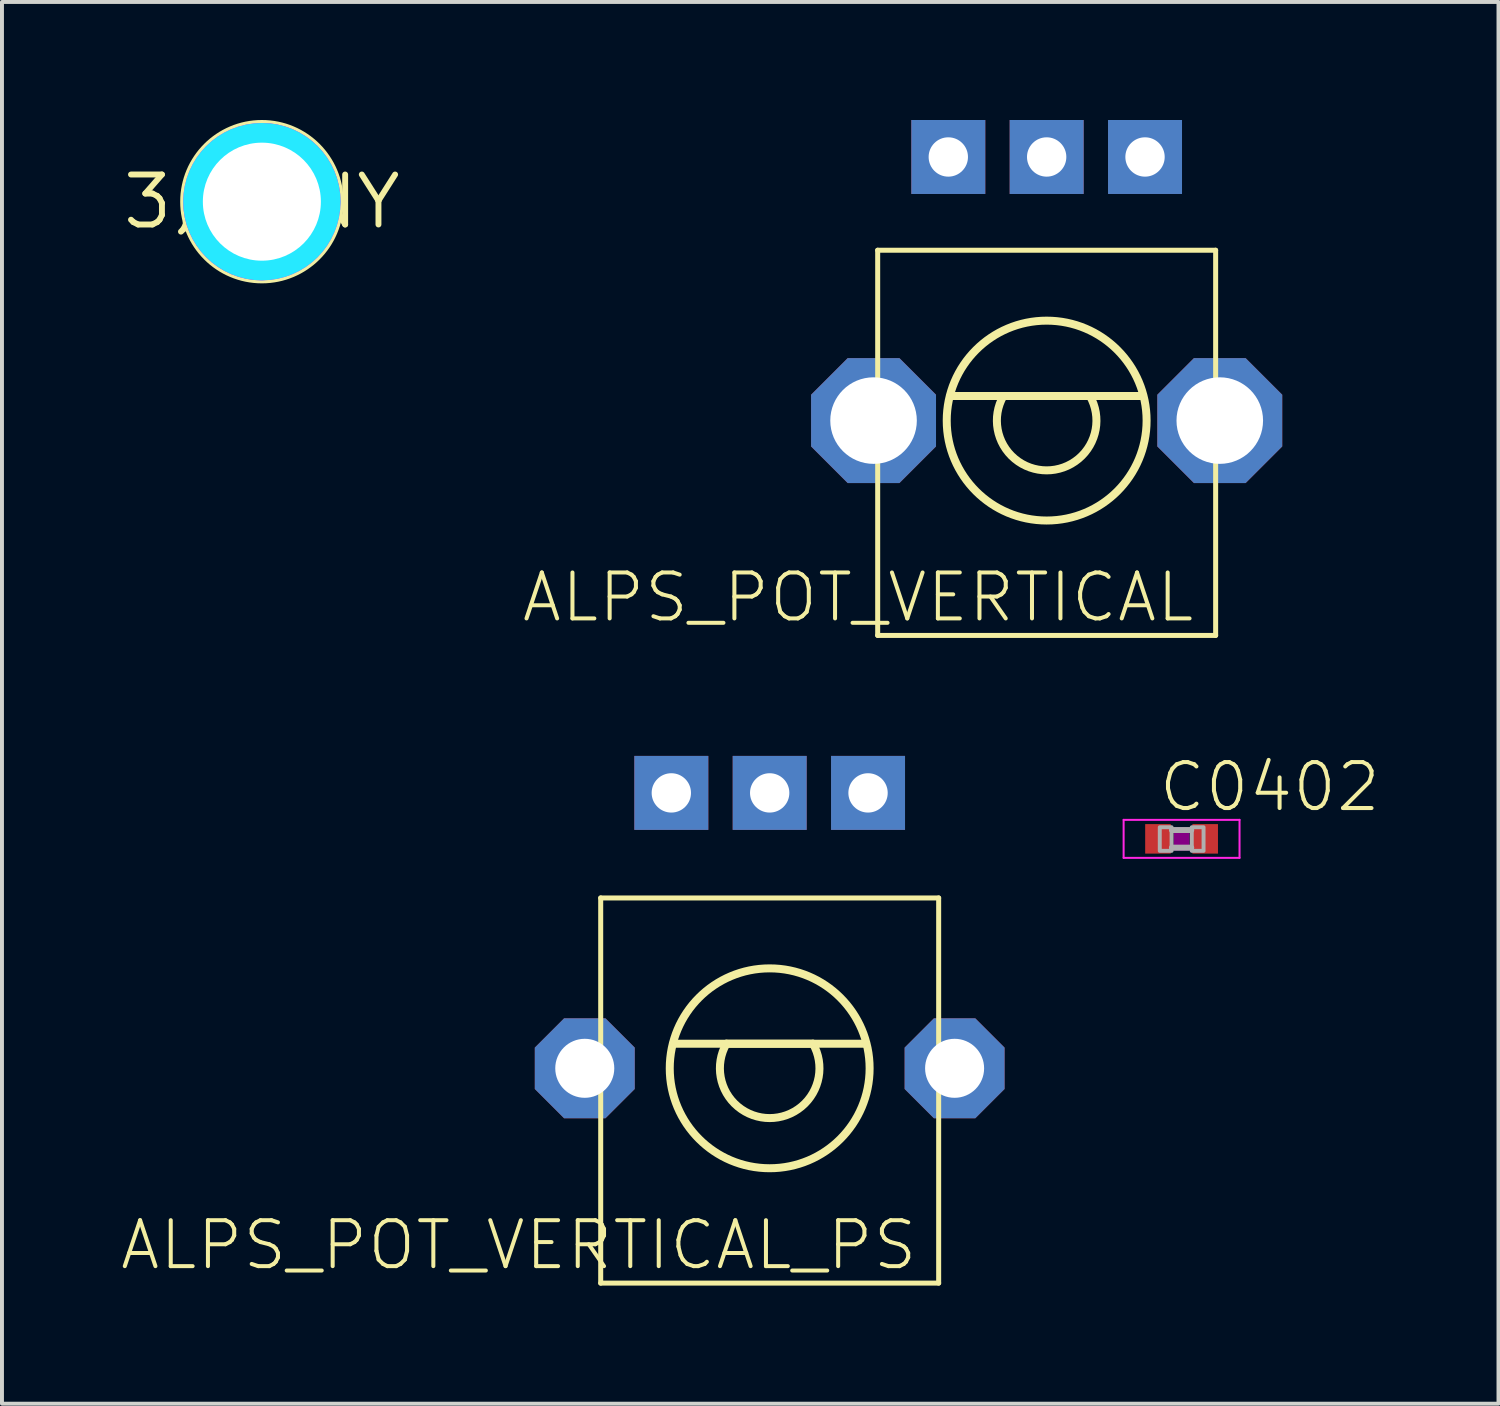
<source format=kicad_pcb>
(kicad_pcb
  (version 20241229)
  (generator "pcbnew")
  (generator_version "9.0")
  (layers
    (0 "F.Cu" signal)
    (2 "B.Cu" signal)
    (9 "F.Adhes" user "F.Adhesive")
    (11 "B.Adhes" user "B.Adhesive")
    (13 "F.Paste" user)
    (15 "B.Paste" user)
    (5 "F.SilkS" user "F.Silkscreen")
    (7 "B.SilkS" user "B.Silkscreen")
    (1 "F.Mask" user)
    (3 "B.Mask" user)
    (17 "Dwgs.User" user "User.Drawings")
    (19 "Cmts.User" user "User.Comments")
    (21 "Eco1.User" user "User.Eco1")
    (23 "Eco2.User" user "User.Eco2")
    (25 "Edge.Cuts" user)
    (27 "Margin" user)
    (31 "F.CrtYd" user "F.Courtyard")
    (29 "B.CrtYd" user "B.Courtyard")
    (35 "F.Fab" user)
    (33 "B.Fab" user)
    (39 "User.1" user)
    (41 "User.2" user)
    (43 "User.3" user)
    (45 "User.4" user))
  (footprint "3,0TINY"
    (layer "F.Cu")
    (at 3.606 2.076)
    (property "Reference" "3,0TINY" (at 0 0 0) (layer "F.SilkS") (effects (font (size 1.27 1.27) (thickness 0.15))))
    (fp_circle (center 0 0) (end 1.5 0) (stroke (width 0.203) (type solid)) (fill no) (layer "F.SilkS"))
    (fp_circle (center 0 0) (end 2 0) (stroke (width 0.152) (type solid)) (fill no) (layer "F.SilkS"))
    (fp_circle (center 0 0) (end 1 0) (stroke (width 2) (type solid)) (fill no) (layer "B.CrtYd"))
    (fp_circle (center 0 0) (end 1 0) (stroke (width 2) (type solid)) (fill no) (layer "F.CrtYd"))
    (fp_arc (start 0 -1.5) (mid 1.06066 -1.06066) (end 1.5 0) (stroke (width 1) (type solid)) (layer "F.Fab"))
    (fp_arc (start 0 1.5) (mid -1.06066 1.06066) (end -1.5 0) (stroke (width 1) (type solid)) (layer "F.Fab"))
    (fp_circle (center 0 0) (end 0.635 0) (stroke (width 0.457) (type solid)) (fill no) (layer "F.Fab"))
    (pad "" np_thru_hole circle (at 0 0) (size 3 3) (drill 3) (layers "*.Cu" "*.Mask"))
    (zone (net_name "") (layer "F.Cu") (hatch edge 0.5) (connect_pads) (min_thickness 0.25) (filled_areas_thickness no) (keepout (tracks not_allowed) (vias not_allowed) (pads not_allowed) (copperpour not_allowed) (footprints allowed)) (placement (enabled no)) (fill) (polygon (pts (xy 5.606 2.076) (xy 5.585 1.792) (xy 5.525 1.513) (xy 5.425 1.245) (xy 5.288 0.995) (xy 5.117 0.766) (xy 4.915 0.565) (xy 4.687 0.394) (xy 4.436 0.257) (xy 4.169 0.157) (xy 3.89 0.097) (xy 3.606 0.076) (xy 3.321 0.097) (xy 3.042 0.157) (xy 2.775 0.257) (xy 2.524 0.394) (xy 2.296 0.565) (xy 2.094 0.766) (xy 1.923 0.995) (xy 1.786 1.245) (xy 1.687 1.513) (xy 1.626 1.792) (xy 1.606 2.076) (xy 1.626 2.361) (xy 1.687 2.64) (xy 1.786 2.907) (xy 1.923 3.157) (xy 2.094 3.386) (xy 2.296 3.588) (xy 2.524 3.759) (xy 2.775 3.895) (xy 3.042 3.995) (xy 3.321 4.056) (xy 3.606 4.076) (xy 3.89 4.056) (xy 4.169 3.995) (xy 4.436 3.895) (xy 4.687 3.759) (xy 4.915 3.588) (xy 5.117 3.386) (xy 5.288 3.157) (xy 5.425 2.907) (xy 5.525 2.64) (xy 5.585 2.361))) (polygon (pts (xy 3.606 2.076))))
    (zone (net_name "") (layers "F.Cu" "B.Cu") (hatch edge 0.5) (connect_pads) (min_thickness 0.25) (filled_areas_thickness no) (keepout (tracks allowed) (vias not_allowed) (pads allowed) (copperpour allowed) (footprints allowed)) (placement (enabled no)) (fill) (polygon (pts (xy 5.606 2.076) (xy 5.585 1.792) (xy 5.525 1.513) (xy 5.425 1.245) (xy 5.288 0.995) (xy 5.117 0.766) (xy 4.915 0.565) (xy 4.687 0.394) (xy 4.436 0.257) (xy 4.169 0.157) (xy 3.89 0.097) (xy 3.606 0.076) (xy 3.321 0.097) (xy 3.042 0.157) (xy 2.775 0.257) (xy 2.524 0.394) (xy 2.296 0.565) (xy 2.094 0.766) (xy 1.923 0.995) (xy 1.786 1.245) (xy 1.687 1.513) (xy 1.626 1.792) (xy 1.606 2.076) (xy 1.626 2.361) (xy 1.687 2.64) (xy 1.786 2.907) (xy 1.923 3.157) (xy 2.094 3.386) (xy 2.296 3.588) (xy 2.524 3.759) (xy 2.775 3.895) (xy 3.042 3.995) (xy 3.321 4.056) (xy 3.606 4.076) (xy 3.89 4.056) (xy 4.169 3.995) (xy 4.436 3.895) (xy 4.687 3.759) (xy 4.915 3.588) (xy 5.117 3.386) (xy 5.288 3.157) (xy 5.425 2.907) (xy 5.525 2.64) (xy 5.585 2.361))) (polygon (pts (xy 3.606 2.076))))
    (zone (net_name "") (layer "B.Cu") (hatch edge 0.5) (connect_pads) (min_thickness 0.25) (filled_areas_thickness no) (keepout (tracks not_allowed) (vias not_allowed) (pads not_allowed) (copperpour not_allowed) (footprints allowed)) (placement (enabled no)) (fill) (polygon (pts (xy 5.606 2.076) (xy 5.585 1.792) (xy 5.525 1.513) (xy 5.425 1.245) (xy 5.288 0.995) (xy 5.117 0.766) (xy 4.915 0.565) (xy 4.687 0.394) (xy 4.436 0.257) (xy 4.169 0.157) (xy 3.89 0.097) (xy 3.606 0.076) (xy 3.321 0.097) (xy 3.042 0.157) (xy 2.775 0.257) (xy 2.524 0.394) (xy 2.296 0.565) (xy 2.094 0.766) (xy 1.923 0.995) (xy 1.786 1.245) (xy 1.687 1.513) (xy 1.626 1.792) (xy 1.606 2.076) (xy 1.626 2.361) (xy 1.687 2.64) (xy 1.786 2.907) (xy 1.923 3.157) (xy 2.094 3.386) (xy 2.296 3.588) (xy 2.524 3.759) (xy 2.775 3.895) (xy 3.042 3.995) (xy 3.321 4.056) (xy 3.606 4.076) (xy 3.89 4.056) (xy 4.169 3.995) (xy 4.436 3.895) (xy 4.687 3.759) (xy 4.915 3.588) (xy 5.117 3.386) (xy 5.288 3.157) (xy 5.425 2.907) (xy 5.525 2.64) (xy 5.585 2.361))) (polygon (pts (xy 3.606 2.076)))))
  (footprint "ALPS_POT_VERTICAL"
    (layer "F.Cu")
    (at 23.553 7.64)
    (property "Reference" "ALPS_POT_VERTICAL" (at 3.81 3.81 0) (layer "F.SilkS") (effects (font (size 1.168 1.168) (thickness 0.102)) (justify right top)))
    (fp_line (start -4.295 -4.33) (end 4.295 -4.33) (stroke (width 0.127) (type solid)) (layer "F.SilkS"))
    (fp_line (start -4.295 5.46) (end -4.295 -4.33) (stroke (width 0.127) (type solid)) (layer "F.SilkS"))
    (fp_line (start -2.45 -0.625) (end 2.425 -0.625) (stroke (width 0.203) (type solid)) (layer "F.SilkS"))
    (fp_line (start -1.1 -0.625) (end 1.1 -0.625) (stroke (width 0.203) (type solid)) (layer "F.SilkS"))
    (fp_line (start 4.295 -4.33) (end 4.295 5.46) (stroke (width 0.127) (type solid)) (layer "F.SilkS"))
    (fp_line (start 4.295 5.46) (end -4.295 5.46) (stroke (width 0.127) (type solid)) (layer "F.SilkS"))
    (fp_arc (start 1.1 -0.625) (mid 0 1.265158) (end -1.1 -0.625) (stroke (width 0.2032) (type solid)) (layer "F.SilkS"))
    (fp_circle (center 0 0) (end 2.54 0) (stroke (width 0.203) (type solid)) (fill no) (layer "F.SilkS"))
    (pad "P$1" thru_hole rect (at -2.5 -6.7 270) (size 1.88 1.88) (drill 1) (layers "*.Cu" "*.Mask"))
    (pad "P$2" thru_hole rect (at 0 -6.7 270) (size 1.88 1.88) (drill 1) (layers "*.Cu" "*.Mask"))
    (pad "P$3" thru_hole rect (at 2.5 -6.7 270) (size 1.88 1.88) (drill 1) (layers "*.Cu" "*.Mask"))
    (pad "P$4" thru_hole roundrect (at -4.4 0 270) (size 3.175 3.175) (drill 2.2) (layers "*.Cu" "*.Mask") (roundrect_rratio 0.25) (chamfer_ratio 0.293) (chamfer top_left top_right bottom_left bottom_right))
    (pad "P$5" thru_hole roundrect (at 4.4 0 270) (size 3.175 3.175) (drill 2.2) (layers "*.Cu" "*.Mask") (roundrect_rratio 0.25) (chamfer_ratio 0.293) (chamfer top_left top_right bottom_left bottom_right)))
  (footprint "C0402"
    (layer "F.Cu")
    (at 26.982 18.271)
    (property "Reference" "C0402" (at -0.635 -0.635 0) (layer "F.SilkS") (effects (font (size 1.168 1.168) (thickness 0.102)) (justify left bottom)))
    (fp_poly (pts (xy -0.2 0.3) (xy 0.2 0.3) (xy 0.2 -0.3) (xy -0.2 -0.3)) (stroke (width 0) (type default)) (fill yes) (layer "F.Adhes"))
    (fp_line (start -1.473 -0.483) (end 1.473 -0.483) (stroke (width 0.051) (type solid)) (layer "F.CrtYd"))
    (fp_line (start -1.473 0.483) (end -1.473 -0.483) (stroke (width 0.051) (type solid)) (layer "F.CrtYd"))
    (fp_line (start 1.473 -0.483) (end 1.473 0.483) (stroke (width 0.051) (type solid)) (layer "F.CrtYd"))
    (fp_line (start 1.473 0.483) (end -1.473 0.483) (stroke (width 0.051) (type solid)) (layer "F.CrtYd"))
    (fp_line (start -0.245 -0.224) (end 0.245 -0.224) (stroke (width 0.152) (type solid)) (layer "F.Fab"))
    (fp_line (start 0.245 0.224) (end -0.245 0.224) (stroke (width 0.152) (type solid)) (layer "F.Fab"))
    (fp_poly (pts (xy -0.554 0.305) (xy -0.254 0.305) (xy -0.254 -0.295) (xy -0.554 -0.295)) (stroke (width 0.1) (type default)) (fill no) (layer "F.Fab"))
    (fp_poly (pts (xy 0.259 0.305) (xy 0.559 0.305) (xy 0.559 -0.295) (xy 0.259 -0.295)) (stroke (width 0.1) (type default)) (fill no) (layer "F.Fab"))
    (pad "1" smd rect (at -0.6 0) (size 0.65 0.75) (layers "F.Cu" "F.Mask" "F.Paste"))
    (pad "2" smd rect (at 0.6 0) (size 0.65 0.75) (layers "F.Cu" "F.Mask" "F.Paste")))
  (footprint "ALPS_POT_VERTICAL_PS"
    (layer "F.Cu")
    (at 16.513 24.103)
    (property "Reference" "ALPS_POT_VERTICAL_PS" (at 3.81 3.81 0) (layer "F.SilkS") (effects (font (size 1.168 1.168) (thickness 0.102)) (justify right top)))
    (fp_line (start -4.295 -4.33) (end 4.295 -4.33) (stroke (width 0.127) (type solid)) (layer "F.SilkS"))
    (fp_line (start -4.295 5.46) (end -4.295 -4.33) (stroke (width 0.127) (type solid)) (layer "F.SilkS"))
    (fp_line (start -2.45 -0.625) (end 2.425 -0.625) (stroke (width 0.203) (type solid)) (layer "F.SilkS"))
    (fp_line (start -1.1 -0.625) (end 1.1 -0.625) (stroke (width 0.203) (type solid)) (layer "F.SilkS"))
    (fp_line (start 4.295 -4.33) (end 4.295 5.46) (stroke (width 0.127) (type solid)) (layer "F.SilkS"))
    (fp_line (start 4.295 5.46) (end -4.295 5.46) (stroke (width 0.127) (type solid)) (layer "F.SilkS"))
    (fp_arc (start 1.1 -0.625) (mid 0 1.265158) (end -1.1 -0.625) (stroke (width 0.2032) (type solid)) (layer "F.SilkS"))
    (fp_circle (center 0 0) (end 2.54 0) (stroke (width 0.203) (type solid)) (fill no) (layer "F.SilkS"))
    (pad "P$1" thru_hole rect (at -2.5 -7 270) (size 1.88 1.88) (drill 1) (layers "*.Cu" "*.Mask"))
    (pad "P$2" thru_hole rect (at 0 -7 270) (size 1.88 1.88) (drill 1) (layers "*.Cu" "*.Mask"))
    (pad "P$3" thru_hole rect (at 2.5 -7 270) (size 1.88 1.88) (drill 1) (layers "*.Cu" "*.Mask"))
    (pad "P$4" thru_hole roundrect (at -4.7 0 270) (size 2.54 2.54) (drill 1.5) (layers "*.Cu" "*.Mask") (roundrect_rratio 0.25) (chamfer_ratio 0.293) (chamfer top_left top_right bottom_left bottom_right))
    (pad "P$5" thru_hole roundrect (at 4.7 0 270) (size 2.54 2.54) (drill 1.5) (layers "*.Cu" "*.Mask") (roundrect_rratio 0.25) (chamfer_ratio 0.293) (chamfer top_left top_right bottom_left bottom_right)))
  (gr_rect
    (start -3 -3)
    (end 35.037 32.627)
    (stroke (width 0.1) (type default))
    (fill no)
    (layer "Edge.Cuts")))
</source>
